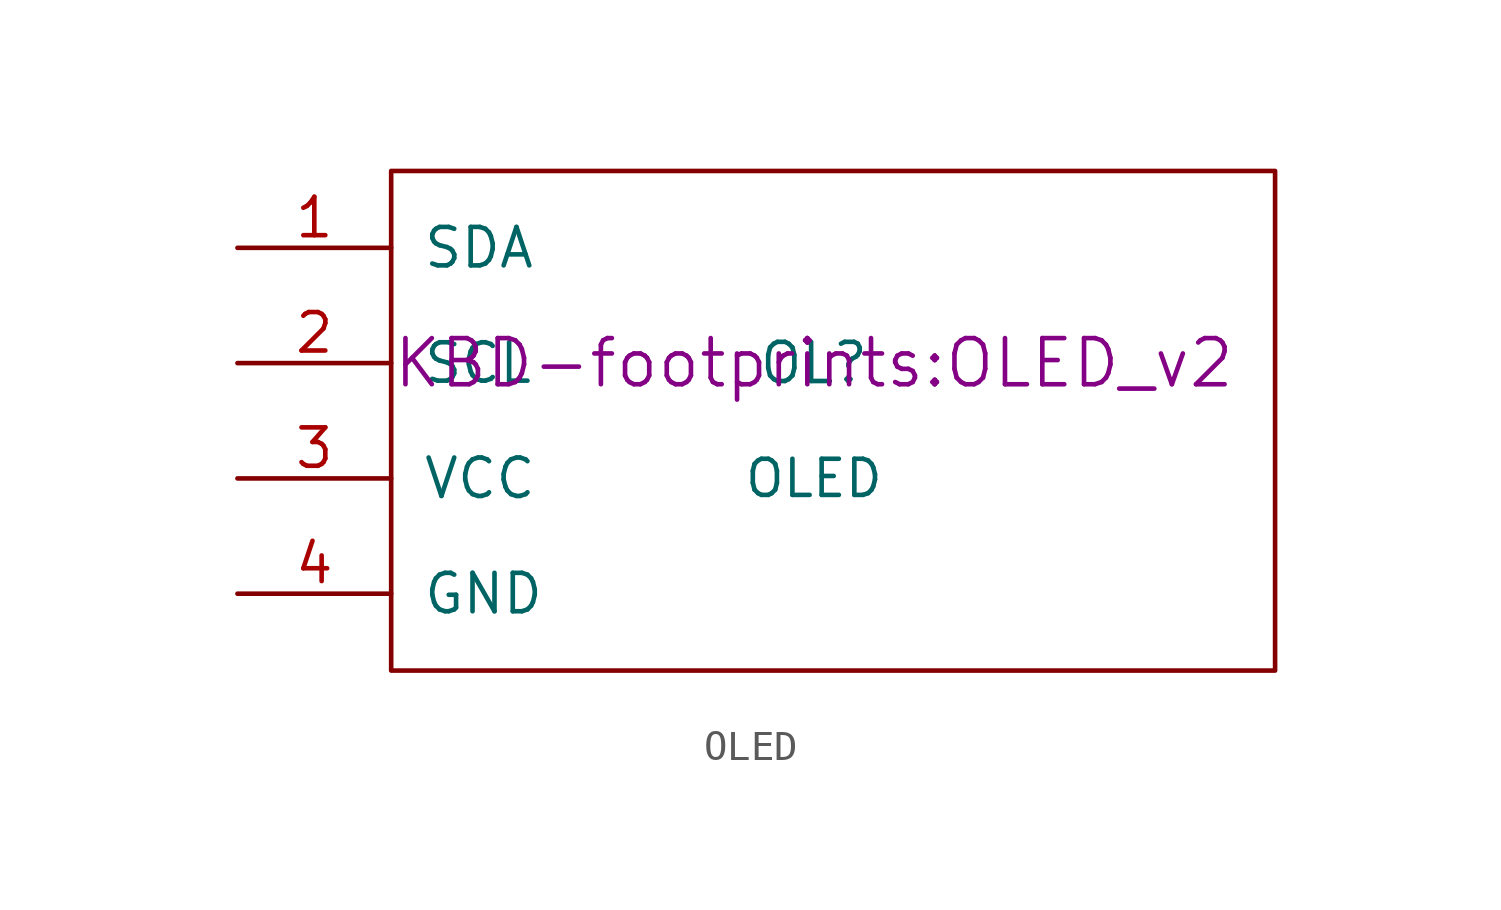
<source format=kicad_sym>
(kicad_symbol_lib
  (version 20211014)
  (generator kicad_symbol_editor)
  (symbol "OLED"
    (pin_names
      (offset 1.016))
    (property "Reference" "OL"
      (at 0 2.54 0)
      (effects (font (size 1.295 1.295))))
    (property "Value" "OLED"
      (at 0 -1.27 0)
      (effects (font (size 1.194 1.194))))
    (property "Footprint" "KBD-footprints:OLED_v2"
      (at 0 2.54 0)
      (effects (font (size 1.524 1.524))))
    (symbol "OLED_0_1"
      (rectangle (start -13.97 8.89) (end 15.24 -7.62) (stroke (width 0) (type default) (color 0 0 0 0)) (fill (type none))))
    (symbol "OLED_1_1"
      (pin bidirectional line (at -19.05 6.35 0) (length 5.08) (name "SDA" (effects (font (size 1.27 1.27)))) (number "1" (effects (font (size 1.27 1.27)))))
      (pin bidirectional line (at -19.05 2.54 0) (length 5.08) (name "SCL" (effects (font (size 1.27 1.27)))) (number "2" (effects (font (size 1.27 1.27)))))
      (pin power_in line (at -19.05 -1.27 0) (length 5.08) (name "VCC" (effects (font (size 1.27 1.27)))) (number "3" (effects (font (size 1.27 1.27)))))
      (pin power_in line (at -19.05 -5.08 0) (length 5.08) (name "GND" (effects (font (size 1.27 1.27)))) (number "4" (effects (font (size 1.27 1.27))))))))
</source>
